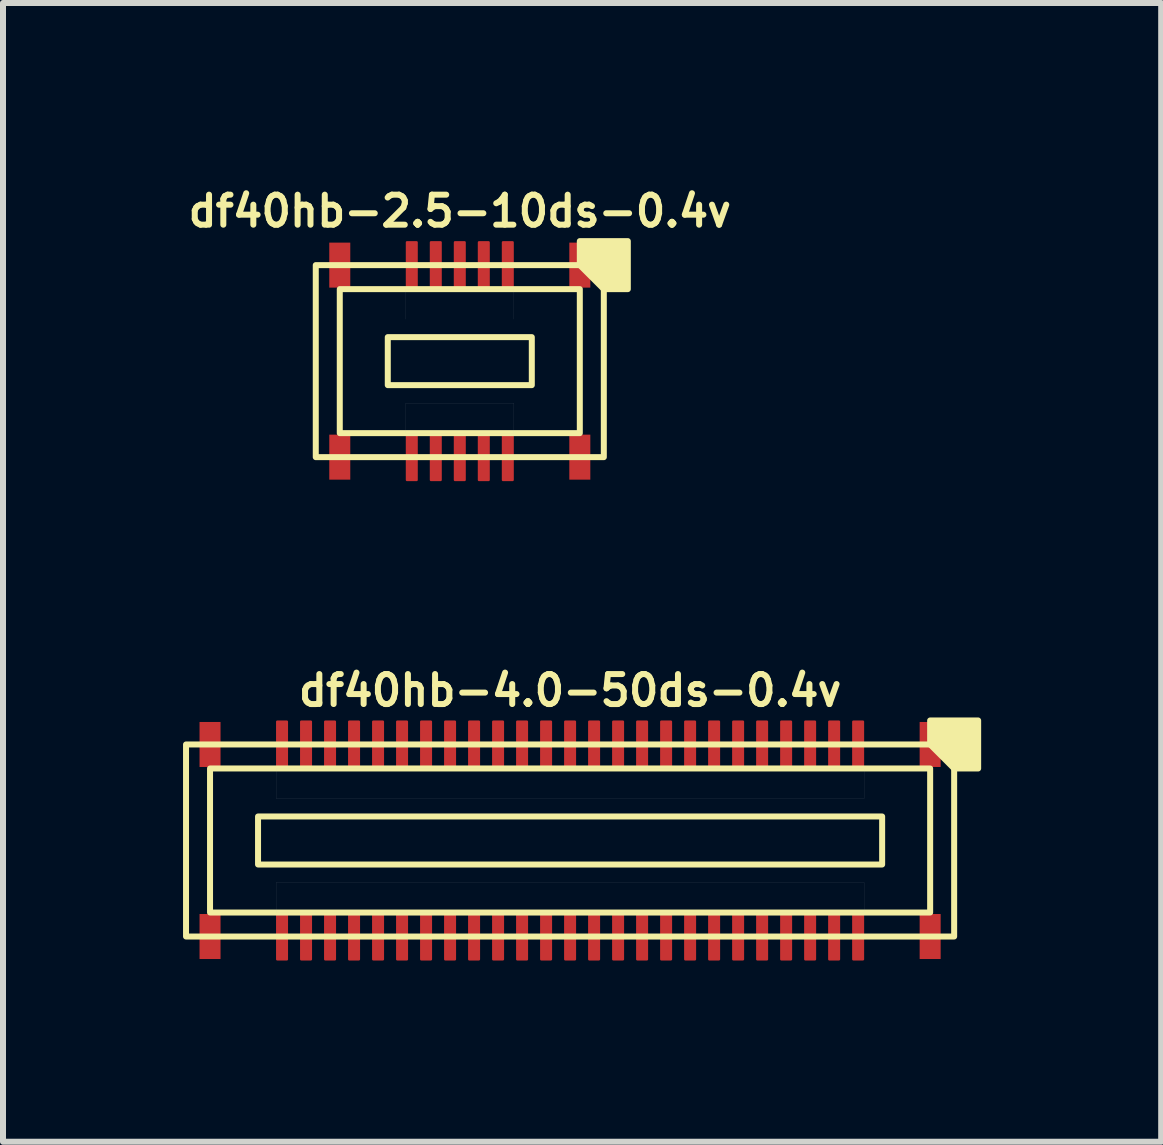
<source format=kicad_pcb>
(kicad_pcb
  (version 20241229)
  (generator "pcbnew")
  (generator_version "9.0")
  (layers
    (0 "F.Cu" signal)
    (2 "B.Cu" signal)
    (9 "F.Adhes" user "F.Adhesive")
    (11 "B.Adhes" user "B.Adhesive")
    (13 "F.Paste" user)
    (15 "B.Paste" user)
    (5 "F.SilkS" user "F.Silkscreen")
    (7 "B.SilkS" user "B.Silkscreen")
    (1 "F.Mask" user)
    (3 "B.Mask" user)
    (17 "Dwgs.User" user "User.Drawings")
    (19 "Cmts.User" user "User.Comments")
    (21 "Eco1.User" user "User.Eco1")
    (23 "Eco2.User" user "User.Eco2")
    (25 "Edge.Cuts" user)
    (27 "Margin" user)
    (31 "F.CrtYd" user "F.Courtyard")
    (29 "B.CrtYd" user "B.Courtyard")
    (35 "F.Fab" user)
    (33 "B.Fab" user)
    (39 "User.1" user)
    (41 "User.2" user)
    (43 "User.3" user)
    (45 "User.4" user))
  (footprint "df40hb-2.5-10ds-0.4v"
    (layer "F.Cu")
    (at 4.612 2.968)
    (property "Reference" "df40hb-2.5-10ds-0.4v" (at 0 -2.5 180) (layer "F.SilkS") (effects (font (size 0.5 0.5) (thickness 0.1))))
    (attr smd)
    (fp_rect (start -2.175 -1.975) (end -1.825 -1.225) (stroke (width 0) (type solid)) (fill yes) (layer "F.Cu"))
    (fp_rect (start -2.175 1.225) (end -1.825 1.975) (stroke (width 0) (type solid)) (fill yes) (layer "F.Cu"))
    (fp_rect (start 1.825 -1.975) (end 2.175 -1.225) (stroke (width 0) (type solid)) (fill yes) (layer "F.Cu"))
    (fp_rect (start 1.825 1.225) (end 2.175 1.975) (stroke (width 0) (type solid)) (fill yes) (layer "F.Cu"))
    (fp_rect (start -2.205 -2.005) (end -1.795 -1.195) (stroke (width 0.03) (type solid)) (fill yes) (layer "F.Mask"))
    (fp_rect (start -2.205 1.195) (end -1.795 2.005) (stroke (width 0.03) (type solid)) (fill yes) (layer "F.Mask"))
    (fp_rect (start 1.795 -2.005) (end 2.205 -1.195) (stroke (width 0.03) (type solid)) (fill yes) (layer "F.Mask"))
    (fp_rect (start 1.795 1.195) (end 2.205 2.005) (stroke (width 0.03) (type solid)) (fill yes) (layer "F.Mask"))
    (fp_rect (start -1.2 -0.4) (end 1.2 0.4) (stroke (width 0.1) (type default)) (fill no) (layer "F.SilkS"))
    (fp_rect (start 2 -1.2) (end -2 1.2) (stroke (width 0.1) (type default)) (fill no) (layer "F.SilkS"))
    (fp_rect (start 2.4 -1.6) (end -2.4 1.6) (stroke (width 0.1) (type default)) (fill no) (layer "F.SilkS"))
    (fp_poly (pts (xy 2 -1.6) (xy 2 -2) (xy 2.8 -2) (xy 2.8 -1.2) (xy 2.4 -1.2)) (stroke (width 0.1) (type solid)) (fill yes) (layer "F.SilkS"))
    (fp_rect (start -2.175 -1.975) (end -1.825 -1.225) (stroke (width 0) (type solid)) (fill yes) (layer "F.Paste"))
    (fp_rect (start -2.175 1.225) (end -1.825 1.975) (stroke (width 0) (type solid)) (fill yes) (layer "F.Paste"))
    (fp_rect (start 1.825 -1.975) (end 2.175 -1.225) (stroke (width 0) (type solid)) (fill yes) (layer "F.Paste"))
    (fp_rect (start 1.825 1.225) (end 2.175 1.975) (stroke (width 0) (type solid)) (fill yes) (layer "F.Paste"))
    (fp_poly (pts (xy -0.9 -1.2) (xy 0.9 -1.2) (xy 0.9 -0.7) (xy -0.9 -0.7)) (stroke (width 0.001) (type solid)) (fill no) (layer "Dwgs.User"))
    (fp_poly (pts (xy -0.9 0.7) (xy 0.9 0.7) (xy 0.9 1.2) (xy -0.9 1.2)) (stroke (width 0.001) (type solid)) (fill no) (layer "Dwgs.User"))
    (pad "1" smd roundrect (at 0.8 -1.6) (size 0.2 0.8) (layers "F.Cu" "F.Mask" "F.Paste") (roundrect_rratio 0.1))
    (pad "2" smd roundrect (at 0.8 1.6) (size 0.2 0.8) (layers "F.Cu" "F.Mask" "F.Paste") (roundrect_rratio 0.1))
    (pad "3" smd roundrect (at 0.4 -1.6) (size 0.2 0.8) (layers "F.Cu" "F.Mask" "F.Paste") (roundrect_rratio 0.1))
    (pad "4" smd roundrect (at 0.4 1.6) (size 0.2 0.8) (layers "F.Cu" "F.Mask" "F.Paste") (roundrect_rratio 0.1))
    (pad "5" smd roundrect (at 0 -1.6) (size 0.2 0.8) (layers "F.Cu" "F.Mask" "F.Paste") (roundrect_rratio 0.1))
    (pad "6" smd roundrect (at 0 1.6) (size 0.2 0.8) (layers "F.Cu" "F.Mask" "F.Paste") (roundrect_rratio 0.1))
    (pad "7" smd roundrect (at -0.4 -1.6) (size 0.2 0.8) (layers "F.Cu" "F.Mask" "F.Paste") (roundrect_rratio 0.1))
    (pad "8" smd roundrect (at -0.4 1.6) (size 0.2 0.8) (layers "F.Cu" "F.Mask" "F.Paste") (roundrect_rratio 0.1))
    (pad "9" smd roundrect (at -0.8 -1.6) (size 0.2 0.8) (layers "F.Cu" "F.Mask" "F.Paste") (roundrect_rratio 0.1))
    (pad "10" smd roundrect (at -0.8 1.6) (size 0.2 0.8) (layers "F.Cu" "F.Mask" "F.Paste") (roundrect_rratio 0.1)))
  (footprint "df40hb-4.0-50ds-0.4v"
    (layer "F.Cu")
    (at 6.45 10.956)
    (property "Reference" "df40hb-4.0-50ds-0.4v" (at 0 -2.5 180) (layer "F.SilkS") (effects (font (size 0.5 0.5) (thickness 0.1))))
    (attr smd)
    (fp_rect (start -6.175 -1.975) (end -5.825 -1.225) (stroke (width 0) (type solid)) (fill yes) (layer "F.Cu"))
    (fp_rect (start -6.175 1.225) (end -5.825 1.975) (stroke (width 0) (type solid)) (fill yes) (layer "F.Cu"))
    (fp_rect (start 5.825 -1.975) (end 6.175 -1.225) (stroke (width 0) (type solid)) (fill yes) (layer "F.Cu"))
    (fp_rect (start 5.825 1.225) (end 6.175 1.975) (stroke (width 0) (type solid)) (fill yes) (layer "F.Cu"))
    (fp_rect (start -6.205 -2.005) (end -5.795 -1.195) (stroke (width 0.03) (type solid)) (fill yes) (layer "F.Mask"))
    (fp_rect (start -6.205 1.195) (end -5.795 2.005) (stroke (width 0.03) (type solid)) (fill yes) (layer "F.Mask"))
    (fp_rect (start 5.795 -2.005) (end 6.205 -1.195) (stroke (width 0.03) (type solid)) (fill yes) (layer "F.Mask"))
    (fp_rect (start 5.795 1.195) (end 6.205 2.005) (stroke (width 0.03) (type solid)) (fill yes) (layer "F.Mask"))
    (fp_rect (start -5.2 -0.4) (end 5.2 0.4) (stroke (width 0.1) (type default)) (fill no) (layer "F.SilkS"))
    (fp_rect (start 6 -1.2) (end -6 1.2) (stroke (width 0.1) (type default)) (fill no) (layer "F.SilkS"))
    (fp_rect (start 6.4 -1.6) (end -6.4 1.6) (stroke (width 0.1) (type default)) (fill no) (layer "F.SilkS"))
    (fp_poly (pts (xy 6 -1.6) (xy 6 -2) (xy 6.8 -2) (xy 6.8 -1.2) (xy 6.4 -1.2)) (stroke (width 0.1) (type solid)) (fill yes) (layer "F.SilkS"))
    (fp_rect (start -6.175 -1.975) (end -5.825 -1.225) (stroke (width 0) (type solid)) (fill yes) (layer "F.Paste"))
    (fp_rect (start -6.175 1.225) (end -5.825 1.975) (stroke (width 0) (type solid)) (fill yes) (layer "F.Paste"))
    (fp_rect (start 5.825 -1.975) (end 6.175 -1.225) (stroke (width 0) (type solid)) (fill yes) (layer "F.Paste"))
    (fp_rect (start 5.825 1.225) (end 6.175 1.975) (stroke (width 0) (type solid)) (fill yes) (layer "F.Paste"))
    (fp_poly (pts (xy -4.9 -1.2) (xy 4.9 -1.2) (xy 4.9 -0.7) (xy -4.9 -0.7)) (stroke (width 0.001) (type solid)) (fill no) (layer "Dwgs.User"))
    (fp_poly (pts (xy -4.9 0.7) (xy 4.9 0.7) (xy 4.9 1.2) (xy -4.9 1.2)) (stroke (width 0.001) (type solid)) (fill no) (layer "Dwgs.User"))
    (pad "1" smd roundrect (at 4.8 -1.6) (size 0.2 0.8) (layers "F.Cu" "F.Mask" "F.Paste") (roundrect_rratio 0.1))
    (pad "2" smd roundrect (at 4.8 1.6) (size 0.2 0.8) (layers "F.Cu" "F.Mask" "F.Paste") (roundrect_rratio 0.1))
    (pad "3" smd roundrect (at 4.4 -1.6) (size 0.2 0.8) (layers "F.Cu" "F.Mask" "F.Paste") (roundrect_rratio 0.1))
    (pad "4" smd roundrect (at 4.4 1.6) (size 0.2 0.8) (layers "F.Cu" "F.Mask" "F.Paste") (roundrect_rratio 0.1))
    (pad "5" smd roundrect (at 4 -1.6) (size 0.2 0.8) (layers "F.Cu" "F.Mask" "F.Paste") (roundrect_rratio 0.1))
    (pad "6" smd roundrect (at 4 1.6) (size 0.2 0.8) (layers "F.Cu" "F.Mask" "F.Paste") (roundrect_rratio 0.1))
    (pad "7" smd roundrect (at 3.6 -1.6) (size 0.2 0.8) (layers "F.Cu" "F.Mask" "F.Paste") (roundrect_rratio 0.1))
    (pad "8" smd roundrect (at 3.6 1.6) (size 0.2 0.8) (layers "F.Cu" "F.Mask" "F.Paste") (roundrect_rratio 0.1))
    (pad "9" smd roundrect (at 3.2 -1.6) (size 0.2 0.8) (layers "F.Cu" "F.Mask" "F.Paste") (roundrect_rratio 0.1))
    (pad "10" smd roundrect (at 3.2 1.6) (size 0.2 0.8) (layers "F.Cu" "F.Mask" "F.Paste") (roundrect_rratio 0.1))
    (pad "11" smd roundrect (at 2.8 -1.6) (size 0.2 0.8) (layers "F.Cu" "F.Mask" "F.Paste") (roundrect_rratio 0.1))
    (pad "12" smd roundrect (at 2.8 1.6) (size 0.2 0.8) (layers "F.Cu" "F.Mask" "F.Paste") (roundrect_rratio 0.1))
    (pad "13" smd roundrect (at 2.4 -1.6) (size 0.2 0.8) (layers "F.Cu" "F.Mask" "F.Paste") (roundrect_rratio 0.1))
    (pad "14" smd roundrect (at 2.4 1.6) (size 0.2 0.8) (layers "F.Cu" "F.Mask" "F.Paste") (roundrect_rratio 0.1))
    (pad "15" smd roundrect (at 2 -1.6) (size 0.2 0.8) (layers "F.Cu" "F.Mask" "F.Paste") (roundrect_rratio 0.1))
    (pad "16" smd roundrect (at 2 1.6) (size 0.2 0.8) (layers "F.Cu" "F.Mask" "F.Paste") (roundrect_rratio 0.1))
    (pad "17" smd roundrect (at 1.6 -1.6) (size 0.2 0.8) (layers "F.Cu" "F.Mask" "F.Paste") (roundrect_rratio 0.1))
    (pad "18" smd roundrect (at 1.6 1.6) (size 0.2 0.8) (layers "F.Cu" "F.Mask" "F.Paste") (roundrect_rratio 0.1))
    (pad "19" smd roundrect (at 1.2 -1.6) (size 0.2 0.8) (layers "F.Cu" "F.Mask" "F.Paste") (roundrect_rratio 0.1))
    (pad "20" smd roundrect (at 1.2 1.6) (size 0.2 0.8) (layers "F.Cu" "F.Mask" "F.Paste") (roundrect_rratio 0.1))
    (pad "21" smd roundrect (at 0.8 -1.6) (size 0.2 0.8) (layers "F.Cu" "F.Mask" "F.Paste") (roundrect_rratio 0.1))
    (pad "22" smd roundrect (at 0.8 1.6) (size 0.2 0.8) (layers "F.Cu" "F.Mask" "F.Paste") (roundrect_rratio 0.1))
    (pad "23" smd roundrect (at 0.4 -1.6) (size 0.2 0.8) (layers "F.Cu" "F.Mask" "F.Paste") (roundrect_rratio 0.1))
    (pad "24" smd roundrect (at 0.4 1.6) (size 0.2 0.8) (layers "F.Cu" "F.Mask" "F.Paste") (roundrect_rratio 0.1))
    (pad "25" smd roundrect (at 0 -1.6) (size 0.2 0.8) (layers "F.Cu" "F.Mask" "F.Paste") (roundrect_rratio 0.1))
    (pad "26" smd roundrect (at 0 1.6) (size 0.2 0.8) (layers "F.Cu" "F.Mask" "F.Paste") (roundrect_rratio 0.1))
    (pad "27" smd roundrect (at -0.4 -1.6) (size 0.2 0.8) (layers "F.Cu" "F.Mask" "F.Paste") (roundrect_rratio 0.1))
    (pad "28" smd roundrect (at -0.4 1.6) (size 0.2 0.8) (layers "F.Cu" "F.Mask" "F.Paste") (roundrect_rratio 0.1))
    (pad "29" smd roundrect (at -0.8 -1.6) (size 0.2 0.8) (layers "F.Cu" "F.Mask" "F.Paste") (roundrect_rratio 0.1))
    (pad "30" smd roundrect (at -0.8 1.6) (size 0.2 0.8) (layers "F.Cu" "F.Mask" "F.Paste") (roundrect_rratio 0.1))
    (pad "31" smd roundrect (at -1.2 -1.6) (size 0.2 0.8) (layers "F.Cu" "F.Mask" "F.Paste") (roundrect_rratio 0.1))
    (pad "32" smd roundrect (at -1.2 1.6) (size 0.2 0.8) (layers "F.Cu" "F.Mask" "F.Paste") (roundrect_rratio 0.1))
    (pad "33" smd roundrect (at -1.6 -1.6) (size 0.2 0.8) (layers "F.Cu" "F.Mask" "F.Paste") (roundrect_rratio 0.1))
    (pad "34" smd roundrect (at -1.6 1.6) (size 0.2 0.8) (layers "F.Cu" "F.Mask" "F.Paste") (roundrect_rratio 0.1))
    (pad "35" smd roundrect (at -2 -1.6) (size 0.2 0.8) (layers "F.Cu" "F.Mask" "F.Paste") (roundrect_rratio 0.1))
    (pad "36" smd roundrect (at -2 1.6) (size 0.2 0.8) (layers "F.Cu" "F.Mask" "F.Paste") (roundrect_rratio 0.1))
    (pad "37" smd roundrect (at -2.4 -1.6) (size 0.2 0.8) (layers "F.Cu" "F.Mask" "F.Paste") (roundrect_rratio 0.1))
    (pad "38" smd roundrect (at -2.4 1.6) (size 0.2 0.8) (layers "F.Cu" "F.Mask" "F.Paste") (roundrect_rratio 0.1))
    (pad "39" smd roundrect (at -2.8 -1.6) (size 0.2 0.8) (layers "F.Cu" "F.Mask" "F.Paste") (roundrect_rratio 0.1))
    (pad "40" smd roundrect (at -2.8 1.6) (size 0.2 0.8) (layers "F.Cu" "F.Mask" "F.Paste") (roundrect_rratio 0.1))
    (pad "41" smd roundrect (at -3.2 -1.6) (size 0.2 0.8) (layers "F.Cu" "F.Mask" "F.Paste") (roundrect_rratio 0.1))
    (pad "42" smd roundrect (at -3.2 1.6) (size 0.2 0.8) (layers "F.Cu" "F.Mask" "F.Paste") (roundrect_rratio 0.1))
    (pad "43" smd roundrect (at -3.6 -1.6) (size 0.2 0.8) (layers "F.Cu" "F.Mask" "F.Paste") (roundrect_rratio 0.1))
    (pad "44" smd roundrect (at -3.6 1.6) (size 0.2 0.8) (layers "F.Cu" "F.Mask" "F.Paste") (roundrect_rratio 0.1))
    (pad "45" smd roundrect (at -4 -1.6) (size 0.2 0.8) (layers "F.Cu" "F.Mask" "F.Paste") (roundrect_rratio 0.1))
    (pad "46" smd roundrect (at -4 1.6) (size 0.2 0.8) (layers "F.Cu" "F.Mask" "F.Paste") (roundrect_rratio 0.1))
    (pad "47" smd roundrect (at -4.4 -1.6) (size 0.2 0.8) (layers "F.Cu" "F.Mask" "F.Paste") (roundrect_rratio 0.1))
    (pad "48" smd roundrect (at -4.4 1.6) (size 0.2 0.8) (layers "F.Cu" "F.Mask" "F.Paste") (roundrect_rratio 0.1))
    (pad "49" smd roundrect (at -4.8 -1.6) (size 0.2 0.8) (layers "F.Cu" "F.Mask" "F.Paste") (roundrect_rratio 0.1))
    (pad "50" smd roundrect (at -4.8 1.6) (size 0.2 0.8) (layers "F.Cu" "F.Mask" "F.Paste") (roundrect_rratio 0.1)))
  (gr_rect
    (start -3 -3)
    (end 16.3 15.976)
    (stroke (width 0.1) (type default))
    (fill no)
    (layer "Edge.Cuts")))
</source>
